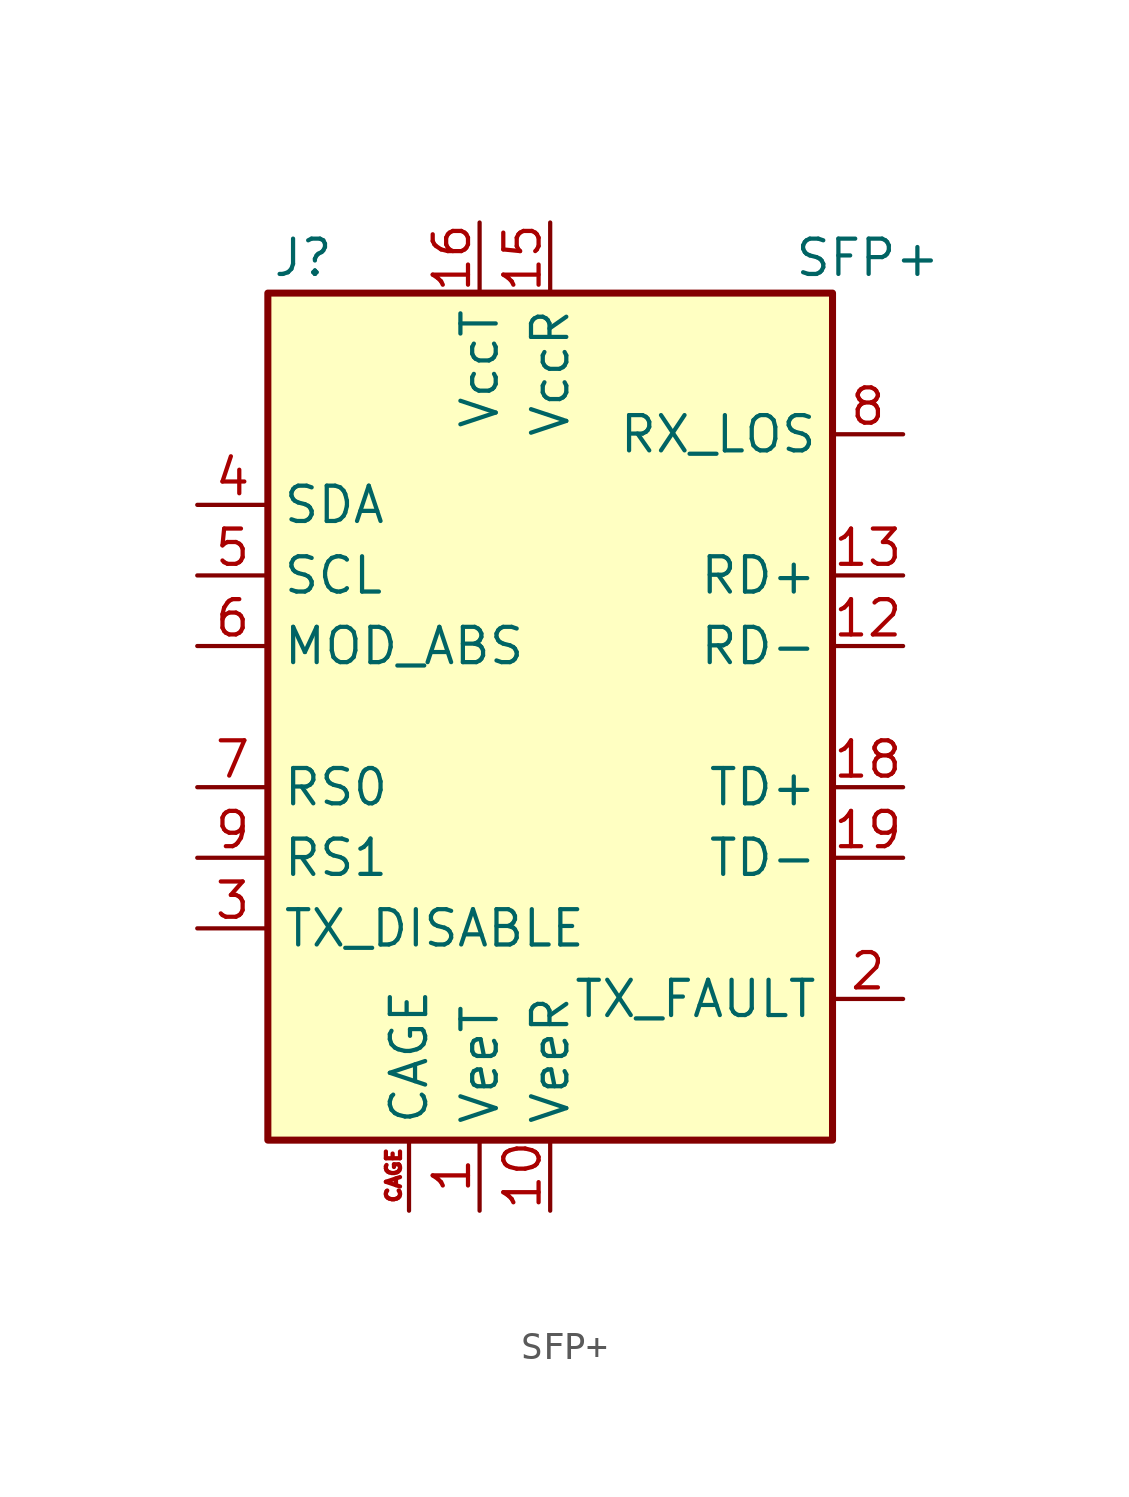
<source format=kicad_sym>
(kicad_symbol_lib
  (version 20201005)
  (generator kicad_symbol_editor)
  (symbol "Interface_Optical:SFP+"
    (property "Reference" "J"
      (at -8.89 16.51 0)
      (effects (font (size 1.27 1.27))))
    (property "Value" "SFP+"
      (at 11.43 16.51 0)
      (effects (font (size 1.27 1.27))))
    (symbol "SFP+_0_0"
      (rectangle (start -10.16 15.24) (end 10.16 -15.24) (stroke (width 0.254)) (fill (type background))))
    (symbol "SFP+_1_1"
      (pin power_in line (at -2.54 -17.78 90) (length 2.54) (name "VeeT" (effects (font (size 1.27 1.27)))) (number "1" (effects (font (size 1.27 1.27)))))
      (pin power_in line (at 0 -17.78 90) (length 2.54) (name "VeeR" (effects (font (size 1.27 1.27)))) (number "10" (effects (font (size 1.27 1.27)))))
      (pin passive line (at 0 -17.78 90) (length 2.54) hide (name "VeeR" (effects (font (size 1.27 1.27)))) (number "11" (effects (font (size 1.27 1.27)))))
      (pin output line (at 12.7 2.54 180) (length 2.54) (name "RD-" (effects (font (size 1.27 1.27)))) (number "12" (effects (font (size 1.27 1.27)))))
      (pin output line (at 12.7 5.08 180) (length 2.54) (name "RD+" (effects (font (size 1.27 1.27)))) (number "13" (effects (font (size 1.27 1.27)))))
      (pin passive line (at 0 -17.78 90) (length 2.54) hide (name "VeeR" (effects (font (size 1.27 1.27)))) (number "14" (effects (font (size 1.27 1.27)))))
      (pin power_in line (at 0 17.78 270) (length 2.54) (name "VccR" (effects (font (size 1.27 1.27)))) (number "15" (effects (font (size 1.27 1.27)))))
      (pin power_in line (at -2.54 17.78 270) (length 2.54) (name "VccT" (effects (font (size 1.27 1.27)))) (number "16" (effects (font (size 1.27 1.27)))))
      (pin passive line (at -2.54 -17.78 90) (length 2.54) hide (name "VeeT" (effects (font (size 1.27 1.27)))) (number "17" (effects (font (size 1.27 1.27)))))
      (pin input line (at 12.7 -2.54 180) (length 2.54) (name "TD+" (effects (font (size 1.27 1.27)))) (number "18" (effects (font (size 1.27 1.27)))))
      (pin input line (at 12.7 -5.08 180) (length 2.54) (name "TD-" (effects (font (size 1.27 1.27)))) (number "19" (effects (font (size 1.27 1.27)))))
      (pin open_collector line (at 12.7 -10.16 180) (length 2.54) (name "TX_FAULT" (effects (font (size 1.27 1.27)))) (number "2" (effects (font (size 1.27 1.27)))))
      (pin passive line (at -2.54 -17.78 90) (length 2.54) hide (name "VeeT" (effects (font (size 1.27 1.27)))) (number "20" (effects (font (size 1.27 1.27)))))
      (pin input line (at -12.7 -7.62 0) (length 2.54) (name "TX_DISABLE" (effects (font (size 1.27 1.27)))) (number "3" (effects (font (size 1.27 1.27)))))
      (pin bidirectional line (at -12.7 7.62 0) (length 2.54) (name "SDA" (effects (font (size 1.27 1.27)))) (number "4" (effects (font (size 1.27 1.27)))))
      (pin input line (at -12.7 5.08 0) (length 2.54) (name "SCL" (effects (font (size 1.27 1.27)))) (number "5" (effects (font (size 1.27 1.27)))))
      (pin passive line (at -12.7 2.54 0) (length 2.54) (name "MOD_ABS" (effects (font (size 1.27 1.27)))) (number "6" (effects (font (size 1.27 1.27)))))
      (pin input line (at -12.7 -2.54 0) (length 2.54) (name "RS0" (effects (font (size 1.27 1.27)))) (number "7" (effects (font (size 1.27 1.27)))))
      (pin open_collector line (at 12.7 10.16 180) (length 2.54) (name "RX_LOS" (effects (font (size 1.27 1.27)))) (number "8" (effects (font (size 1.27 1.27)))))
      (pin input line (at -12.7 -5.08 0) (length 2.54) (name "RS1" (effects (font (size 1.27 1.27)))) (number "9" (effects (font (size 1.27 1.27)))))
      (pin passive line (at -5.08 -17.78 90) (length 2.54) (name "CAGE" (effects (font (size 1.27 1.27)))) (number "CAGE" (effects (font (size 0.508 0.508))))))))
</source>
